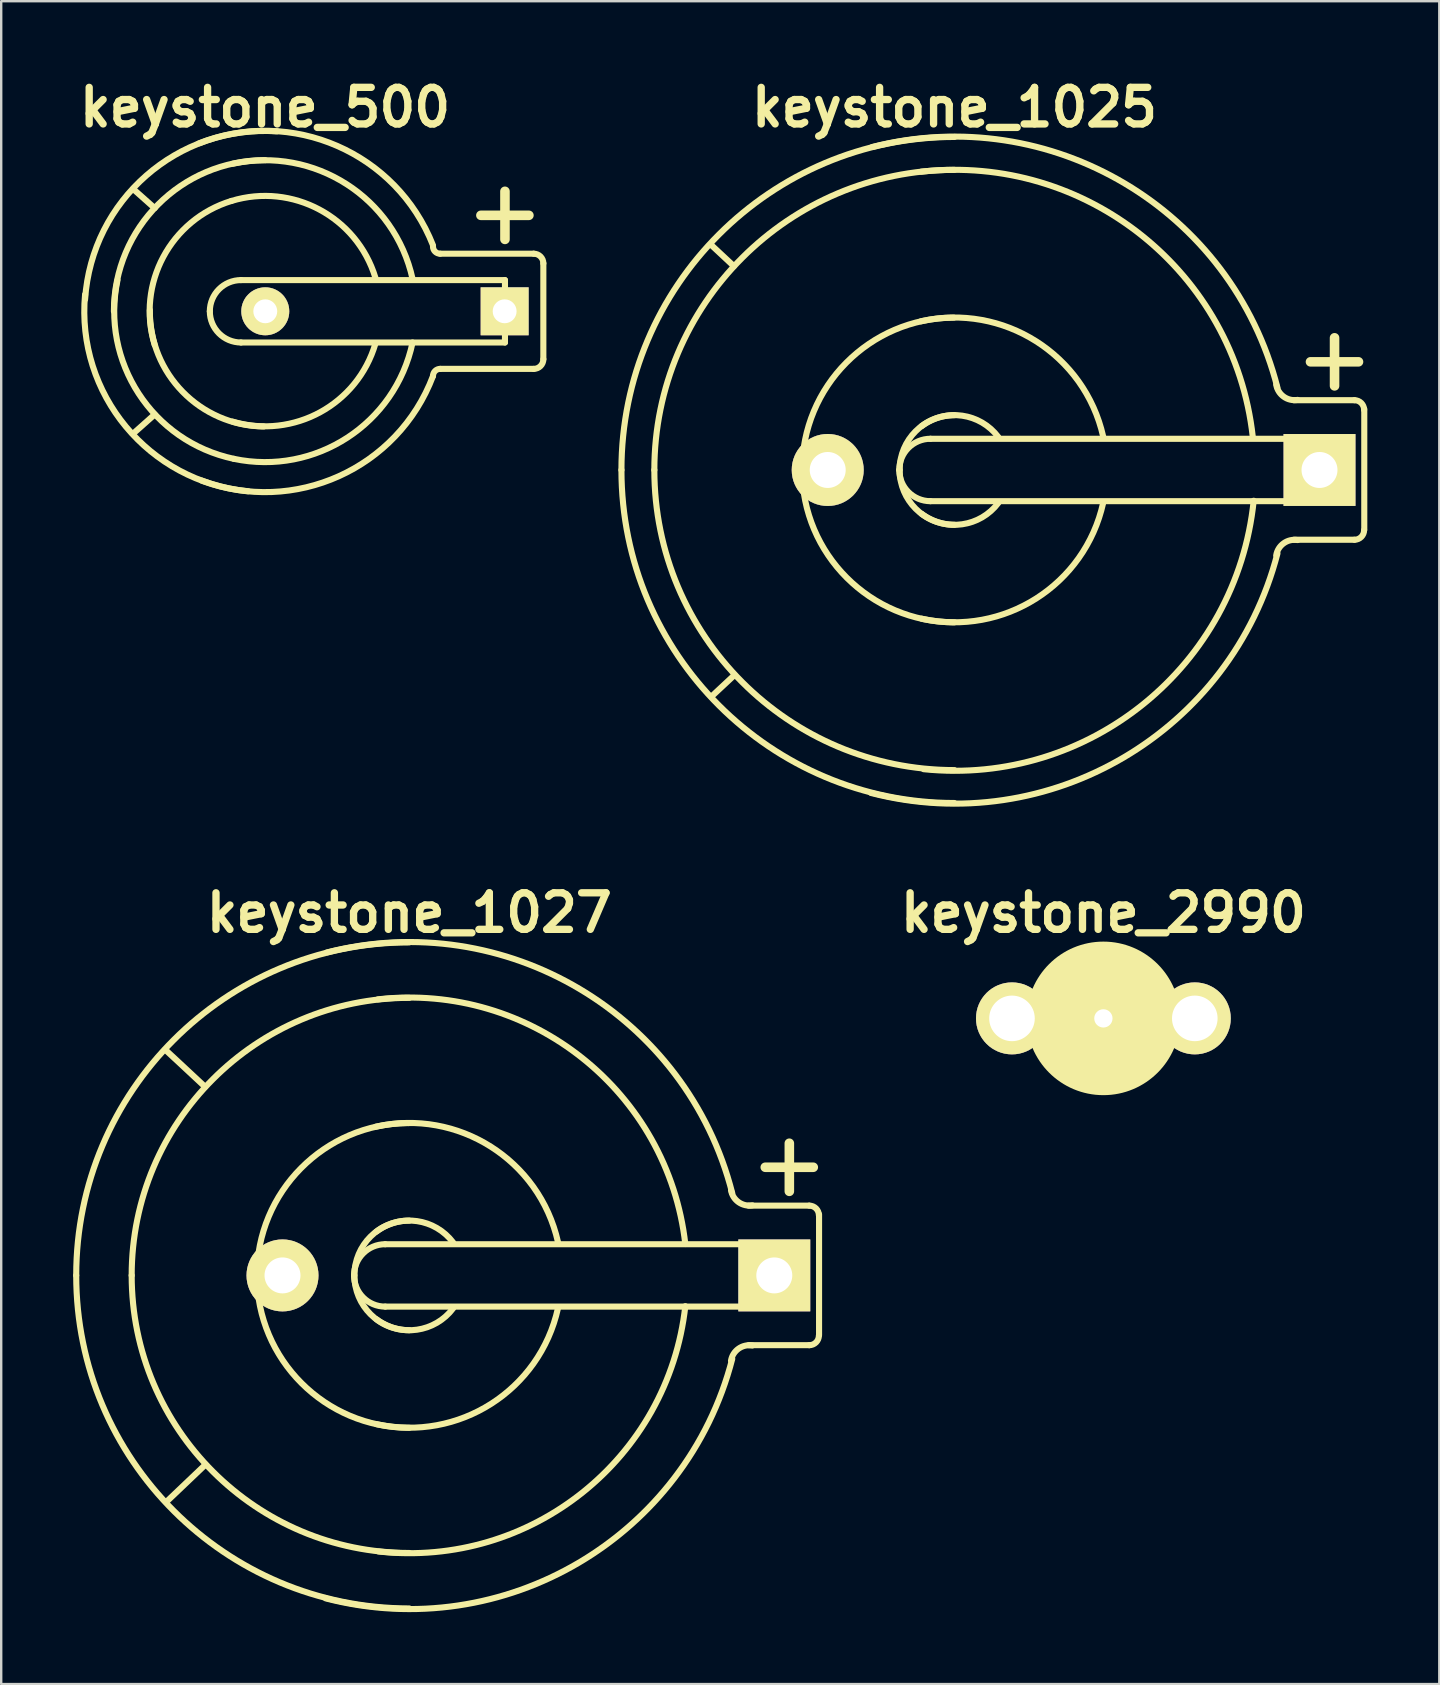
<source format=kicad_pcb>
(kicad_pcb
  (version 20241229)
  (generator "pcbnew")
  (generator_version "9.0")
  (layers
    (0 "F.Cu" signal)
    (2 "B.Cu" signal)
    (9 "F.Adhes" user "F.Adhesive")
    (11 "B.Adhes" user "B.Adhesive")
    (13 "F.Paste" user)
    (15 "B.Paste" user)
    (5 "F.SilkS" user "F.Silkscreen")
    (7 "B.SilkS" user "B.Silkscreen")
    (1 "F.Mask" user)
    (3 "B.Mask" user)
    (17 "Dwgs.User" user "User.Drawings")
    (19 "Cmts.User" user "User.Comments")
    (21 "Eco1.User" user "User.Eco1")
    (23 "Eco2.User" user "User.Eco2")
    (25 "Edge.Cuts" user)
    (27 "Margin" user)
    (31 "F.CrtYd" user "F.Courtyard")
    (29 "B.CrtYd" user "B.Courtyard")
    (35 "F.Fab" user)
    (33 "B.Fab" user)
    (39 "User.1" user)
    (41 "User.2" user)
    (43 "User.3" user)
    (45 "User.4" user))
  (footprint "keystone_2990"
    (layer "F.Cu")
    (at 42.94 39.397)
    (property "Reference" "keystone_2990" (at 0 -4.4 0) (layer "F.SilkS") (effects (font (size 1.524 1.524) (thickness 0.305))))
    (attr through_hole)
    (fp_line (start -4.7 -0.8) (end -4.7 0.8) (stroke (width 0.381) (type solid)) (layer "F.SilkS"))
    (fp_line (start -4.7 -0.8) (end -3 -0.8) (stroke (width 0.381) (type solid)) (layer "F.SilkS"))
    (fp_line (start -4.7 0.8) (end -3 0.8) (stroke (width 0.381) (type solid)) (layer "F.SilkS"))
    (fp_line (start 4.7 -0.8) (end 3 -0.8) (stroke (width 0.381) (type solid)) (layer "F.SilkS"))
    (fp_line (start 4.7 -0.8) (end 4.7 0.8) (stroke (width 0.381) (type solid)) (layer "F.SilkS"))
    (fp_line (start 4.7 0.8) (end 3 0.8) (stroke (width 0.381) (type solid)) (layer "F.SilkS"))
    (pad "" np_thru_hole circle (at 0 0) (size 6.4 6.4) (drill 0.762) (layers "F.SilkS"))
    (pad "1" thru_hole circle (at -3.81 0) (size 3 3) (drill 1.9) (layers "*.Cu" "*.Mask" "F.SilkS"))
    (pad "1" thru_hole circle (at 3.81 0) (size 3 3) (drill 1.9) (layers "*.Cu" "*.Mask" "F.SilkS")))
  (footprint "keystone_1025"
    (layer "F.Cu")
    (at 36.733 16.539)
    (property "Reference" "keystone_1025" (at 0 -15.113 0) (layer "F.SilkS") (effects (font (size 1.524 1.524) (thickness 0.305))))
    (attr through_hole)
    (fp_line (start -9.195 -8.496) (end -10.16 -9.398) (stroke (width 0.254) (type solid)) (layer "F.SilkS"))
    (fp_line (start -9.169 8.547) (end -10.135 9.449) (stroke (width 0.254) (type solid)) (layer "F.SilkS"))
    (fp_line (start -1.001 -1.3) (end 15.199 -1.3) (stroke (width 0.254) (type solid)) (layer "F.SilkS"))
    (fp_line (start 14.839 -4.508) (end 16.84 -4.508) (stroke (width 0.399) (type solid)) (layer "F.SilkS"))
    (fp_line (start 15.199 1.3) (end -1.001 1.3) (stroke (width 0.254) (type solid)) (layer "F.SilkS"))
    (fp_line (start 15.207 -1.3) (end 15.207 1.3) (stroke (width 0.254) (type solid)) (layer "F.SilkS"))
    (fp_line (start 15.842 -3.505) (end 15.842 -5.509) (stroke (width 0.399) (type solid)) (layer "F.SilkS"))
    (fp_line (start 16.675 -2.908) (end 14.148 -2.908) (stroke (width 0.254) (type solid)) (layer "F.SilkS"))
    (fp_line (start 16.675 2.908) (end 14.148 2.908) (stroke (width 0.254) (type solid)) (layer "F.SilkS"))
    (fp_line (start 17.081 -2.54) (end 17.081 2.489) (stroke (width 0.254) (type solid)) (layer "F.SilkS"))
    (fp_arc (start -13.8811 0) (mid -9.81542 -9.81542) (end 0 -13.8811) (stroke (width 0.254) (type solid)) (layer "F.SilkS"))
    (fp_arc (start -12.5095 0) (mid -8.845552 -8.845552) (end 0 -12.5095) (stroke (width 0.254) (type solid)) (layer "F.SilkS"))
    (fp_arc (start -6.35 0.0254) (mid -4.508089 -4.472168) (end -0.0254 -6.35) (stroke (width 0.254) (type solid)) (layer "F.SilkS"))
    (fp_arc (start -3.429 -13.462) (mid 7.094402 -11.943741) (end 13.462 -3.429) (stroke (width 0.254) (type solid)) (layer "F.SilkS"))
    (fp_arc (start -2.30124 0) (mid -1.920338 -0.919578) (end -1.00076 -1.30048) (stroke (width 0.254) (type solid)) (layer "F.SilkS"))
    (fp_arc (start -2.286 0) (mid -1.616446 -1.616446) (end 0 -2.286) (stroke (width 0.254) (type solid)) (layer "F.SilkS"))
    (fp_arc (start -1.397 -6.1976) (mid 3.394537 -5.370193) (end 6.1976 -1.397) (stroke (width 0.254) (type solid)) (layer "F.SilkS"))
    (fp_arc (start -1.3843 -12.4333) (mid 7.812823 -9.770519) (end 12.4333 -1.3843) (stroke (width 0.254) (type solid)) (layer "F.SilkS"))
    (fp_arc (start -1.3716 -1.8288) (mid 0.323289 -2.263025) (end 1.8288 -1.3716) (stroke (width 0.254) (type solid)) (layer "F.SilkS"))
    (fp_arc (start -1.00076 1.30048) (mid -1.920338 0.919578) (end -2.30124 0) (stroke (width 0.254) (type solid)) (layer "F.SilkS"))
    (fp_arc (start 0 2.286) (mid -1.616446 1.616446) (end -2.286 0) (stroke (width 0.254) (type solid)) (layer "F.SilkS"))
    (fp_arc (start 0 6.35) (mid -4.490128 4.490128) (end -6.35 0) (stroke (width 0.254) (type solid)) (layer "F.SilkS"))
    (fp_arc (start 0 12.5095) (mid -8.845552 8.845552) (end -12.5095 0) (stroke (width 0.254) (type solid)) (layer "F.SilkS"))
    (fp_arc (start 0 13.8811) (mid -9.81542 9.81542) (end -13.8811 0) (stroke (width 0.254) (type solid)) (layer "F.SilkS"))
    (fp_arc (start 1.8288 1.3716) (mid 0.323289 2.263025) (end -1.3716 1.8288) (stroke (width 0.254) (type solid)) (layer "F.SilkS"))
    (fp_arc (start 6.1976 1.3716) (mid 3.412497 5.352233) (end -1.3716 6.1976) (stroke (width 0.254) (type solid)) (layer "F.SilkS"))
    (fp_arc (start 12.4714 1.2827) (mid 7.911606 9.725617) (end -1.2827 12.4714) (stroke (width 0.254) (type solid)) (layer "F.SilkS"))
    (fp_arc (start 13.4112 3.556) (mid 13.724187 3.054382) (end 14.3002 2.921) (stroke (width 0.254) (type solid)) (layer "F.SilkS"))
    (fp_arc (start 13.462 3.4798) (mid 7.058481 11.979662) (end -3.4798 13.462) (stroke (width 0.254) (type solid)) (layer "F.SilkS"))
    (fp_arc (start 14.3002 -2.921) (mid 13.724187 -3.054382) (end 13.4112 -3.556) (stroke (width 0.254) (type solid)) (layer "F.SilkS"))
    (fp_arc (start 16.67256 -2.9083) (mid 16.956336 -2.790756) (end 17.07388 -2.50698) (stroke (width 0.254) (type solid)) (layer "F.SilkS"))
    (fp_arc (start 17.07388 2.50698) (mid 16.956336 2.790756) (end 16.67256 2.9083) (stroke (width 0.254) (type solid)) (layer "F.SilkS"))
    (pad "1" thru_hole rect (at 15.215 0) (size 2.997 2.997) (drill 1.499) (layers "*.Cu" "*.Mask" "F.SilkS"))
    (pad "2" thru_hole circle (at -5.283 0) (size 3 3) (drill 1.499) (layers "*.Cu" "*.Mask" "F.SilkS")))
  (footprint "keystone_500"
    (layer "F.Cu")
    (at 7.997 9.925)
    (property "Reference" "keystone_500" (at 0 -8.499 0) (layer "F.SilkS") (effects (font (size 1.524 1.524) (thickness 0.305))))
    (attr through_hole)
    (fp_line (start -5.499 -5.1) (end -4.6 -4.3) (stroke (width 0.254) (type solid)) (layer "F.SilkS"))
    (fp_line (start -5.499 5.1) (end -4.6 4.3) (stroke (width 0.254) (type solid)) (layer "F.SilkS"))
    (fp_line (start -1.001 -1.3) (end 10 -1.3) (stroke (width 0.254) (type solid)) (layer "F.SilkS"))
    (fp_line (start 8.997 -4) (end 10.998 -4) (stroke (width 0.399) (type solid)) (layer "F.SilkS"))
    (fp_line (start 10 -2.997) (end 10 -5.001) (stroke (width 0.399) (type solid)) (layer "F.SilkS"))
    (fp_line (start 10 -1.3) (end 10 1.3) (stroke (width 0.254) (type solid)) (layer "F.SilkS"))
    (fp_line (start 10 1.3) (end -1.001 1.3) (stroke (width 0.254) (type solid)) (layer "F.SilkS"))
    (fp_line (start 11.199 -2.4) (end 7.3 -2.4) (stroke (width 0.254) (type solid)) (layer "F.SilkS"))
    (fp_line (start 11.199 2.4) (end 7.3 2.4) (stroke (width 0.254) (type solid)) (layer "F.SilkS"))
    (fp_line (start 11.6 1.999) (end 11.6 -1.999) (stroke (width 0.254) (type solid)) (layer "F.SilkS"))
    (fp_arc (start -7.50062 -0.50038) (mid -4.949917 -5.657561) (end 0.50038 -7.50062) (stroke (width 0.254) (type solid)) (layer "F.SilkS"))
    (fp_arc (start -6.2992 0) (mid -4.454207 -4.454207) (end 0 -6.2992) (stroke (width 0.254) (type solid)) (layer "F.SilkS"))
    (fp_arc (start -4.59994 1.39954) (mid -4.242273 -2.263025) (end -1.39954 -4.59994) (stroke (width 0.254) (type solid)) (layer "F.SilkS"))
    (fp_arc (start -2.75082 -7.00024) (mid 3.004794 -6.895041) (end 7.00024 -2.75082) (stroke (width 0.254) (type solid)) (layer "F.SilkS"))
    (fp_arc (start -2.30124 0) (mid -1.920338 -0.919578) (end -1.00076 -1.30048) (stroke (width 0.254) (type solid)) (layer "F.SilkS"))
    (fp_arc (start -1.39954 -4.59994) (mid 2.263025 -4.242273) (end 4.59994 -1.39954) (stroke (width 0.254) (type solid)) (layer "F.SilkS"))
    (fp_arc (start -1.34874 -6.14934) (mid 3.394537 -5.301943) (end 6.14934 -1.34874) (stroke (width 0.254) (type solid)) (layer "F.SilkS"))
    (fp_arc (start -1.30048 6.14934) (mid -5.267818 3.428662) (end -6.14934 -1.30048) (stroke (width 0.254) (type solid)) (layer "F.SilkS"))
    (fp_arc (start -1.00076 1.30048) (mid -1.920338 0.919578) (end -2.30124 0) (stroke (width 0.254) (type solid)) (layer "F.SilkS"))
    (fp_arc (start -0.70104 7.50062) (mid -5.799449 4.808029) (end -7.50062 -0.70104) (stroke (width 0.254) (type solid)) (layer "F.SilkS"))
    (fp_arc (start -0.0508 4.8006) (mid -3.430458 3.358616) (end -4.8006 -0.0508) (stroke (width 0.254) (type solid)) (layer "F.SilkS"))
    (fp_arc (start 4.59994 1.34874) (mid 2.298946 4.206352) (end -1.34874 4.59994) (stroke (width 0.254) (type solid)) (layer "F.SilkS"))
    (fp_arc (start 6.14934 1.30048) (mid 3.428662 5.267818) (end -1.30048 6.14934) (stroke (width 0.254) (type solid)) (layer "F.SilkS"))
    (fp_arc (start 7.00024 2.70002) (mid 3.076636 6.873999) (end -2.64922 7.05104) (stroke (width 0.254) (type solid)) (layer "F.SilkS"))
    (fp_arc (start 7.00024 2.70002) (mid 7.088026 2.488086) (end 7.29996 2.4003) (stroke (width 0.254) (type solid)) (layer "F.SilkS"))
    (fp_arc (start 7.29996 -2.4003) (mid 7.088026 -2.488086) (end 7.00024 -2.70002) (stroke (width 0.254) (type solid)) (layer "F.SilkS"))
    (fp_arc (start 11.19886 -2.4003) (mid 11.482636 -2.282756) (end 11.60018 -1.99898) (stroke (width 0.254) (type solid)) (layer "F.SilkS"))
    (fp_arc (start 11.60018 1.99898) (mid 11.482636 2.282756) (end 11.19886 2.4003) (stroke (width 0.254) (type solid)) (layer "F.SilkS"))
    (pad "1" thru_hole rect (at 9.987 0) (size 1.999 1.999) (drill 0.996) (layers "*.Cu" "*.Mask" "F.SilkS"))
    (pad "2" thru_hole circle (at 0.01 0) (size 1.999 1.999) (drill 0.996) (layers "*.Cu" "*.Mask" "F.SilkS")))
  (footprint "keystone_1027"
    (layer "F.Cu")
    (at 14.008 50.11)
    (property "Reference" "keystone_1027" (at 0 -15.113 0) (layer "F.SilkS") (effects (font (size 1.524 1.524) (thickness 0.305))))
    (attr through_hole)
    (fp_line (start -8.509 -7.861) (end -10.173 -9.411) (stroke (width 0.254) (type solid)) (layer "F.SilkS"))
    (fp_line (start -8.496 7.887) (end -10.135 9.449) (stroke (width 0.254) (type solid)) (layer "F.SilkS"))
    (fp_line (start -1.001 -1.3) (end 15.199 -1.3) (stroke (width 0.254) (type solid)) (layer "F.SilkS"))
    (fp_line (start 14.839 -4.508) (end 16.84 -4.508) (stroke (width 0.399) (type solid)) (layer "F.SilkS"))
    (fp_line (start 15.199 1.3) (end -1.001 1.3) (stroke (width 0.254) (type solid)) (layer "F.SilkS"))
    (fp_line (start 15.207 -1.3) (end 15.207 1.3) (stroke (width 0.254) (type solid)) (layer "F.SilkS"))
    (fp_line (start 15.842 -3.505) (end 15.842 -5.509) (stroke (width 0.399) (type solid)) (layer "F.SilkS"))
    (fp_line (start 16.675 -2.908) (end 14.148 -2.908) (stroke (width 0.254) (type solid)) (layer "F.SilkS"))
    (fp_line (start 16.675 2.908) (end 14.148 2.908) (stroke (width 0.254) (type solid)) (layer "F.SilkS"))
    (fp_line (start 17.081 -2.54) (end 17.081 2.489) (stroke (width 0.254) (type solid)) (layer "F.SilkS"))
    (fp_arc (start -13.8811 0) (mid -9.81542 -9.81542) (end 0 -13.8811) (stroke (width 0.254) (type solid)) (layer "F.SilkS"))
    (fp_arc (start -11.5697 0) (mid -8.181013 -8.181013) (end 0 -11.5697) (stroke (width 0.254) (type solid)) (layer "F.SilkS"))
    (fp_arc (start -6.35 0.0254) (mid -4.508089 -4.472168) (end -0.0254 -6.35) (stroke (width 0.254) (type solid)) (layer "F.SilkS"))
    (fp_arc (start -3.429 -13.462) (mid 7.094402 -11.943741) (end 13.462 -3.429) (stroke (width 0.254) (type solid)) (layer "F.SilkS"))
    (fp_arc (start -2.30124 0) (mid -1.920338 -0.919578) (end -1.00076 -1.30048) (stroke (width 0.254) (type solid)) (layer "F.SilkS"))
    (fp_arc (start -2.286 0) (mid -1.616446 -1.616446) (end 0 -2.286) (stroke (width 0.254) (type solid)) (layer "F.SilkS"))
    (fp_arc (start -1.397 -6.1976) (mid 3.394537 -5.370193) (end 6.1976 -1.397) (stroke (width 0.254) (type solid)) (layer "F.SilkS"))
    (fp_arc (start -1.3716 -1.8288) (mid 0.323289 -2.263025) (end 1.8288 -1.3716) (stroke (width 0.254) (type solid)) (layer "F.SilkS"))
    (fp_arc (start -1.3081 -11.5062) (mid 7.211146 -9.061078) (end 11.5062 -1.3081) (stroke (width 0.254) (type solid)) (layer "F.SilkS"))
    (fp_arc (start -1.00076 1.30048) (mid -1.920338 0.919578) (end -2.30124 0) (stroke (width 0.254) (type solid)) (layer "F.SilkS"))
    (fp_arc (start 0 2.286) (mid -1.616446 1.616446) (end -2.286 0) (stroke (width 0.254) (type solid)) (layer "F.SilkS"))
    (fp_arc (start 0 6.35) (mid -4.490128 4.490128) (end -6.35 0) (stroke (width 0.254) (type solid)) (layer "F.SilkS"))
    (fp_arc (start 0 11.5697) (mid -8.181013 8.181013) (end -11.5697 0) (stroke (width 0.254) (type solid)) (layer "F.SilkS"))
    (fp_arc (start 0 13.8811) (mid -9.81542 9.81542) (end -13.8811 0) (stroke (width 0.254) (type solid)) (layer "F.SilkS"))
    (fp_arc (start 1.8288 1.3716) (mid 0.323289 2.263025) (end -1.3716 1.8288) (stroke (width 0.254) (type solid)) (layer "F.SilkS"))
    (fp_arc (start 6.1976 1.3716) (mid 3.412497 5.352233) (end -1.3716 6.1976) (stroke (width 0.254) (type solid)) (layer "F.SilkS"))
    (fp_arc (start 11.5062 1.2827) (mid 7.229106 9.043118) (end -1.2827 11.5062) (stroke (width 0.254) (type solid)) (layer "F.SilkS"))
    (fp_arc (start 13.4112 3.556) (mid 13.724187 3.054382) (end 14.3002 2.921) (stroke (width 0.254) (type solid)) (layer "F.SilkS"))
    (fp_arc (start 13.462 3.4798) (mid 7.058481 11.979662) (end -3.4798 13.462) (stroke (width 0.254) (type solid)) (layer "F.SilkS"))
    (fp_arc (start 14.3002 -2.921) (mid 13.724187 -3.054382) (end 13.4112 -3.556) (stroke (width 0.254) (type solid)) (layer "F.SilkS"))
    (fp_arc (start 16.67256 -2.9083) (mid 16.956336 -2.790756) (end 17.07388 -2.50698) (stroke (width 0.254) (type solid)) (layer "F.SilkS"))
    (fp_arc (start 17.07388 2.50698) (mid 16.956336 2.790756) (end 16.67256 2.9083) (stroke (width 0.254) (type solid)) (layer "F.SilkS"))
    (pad "1" thru_hole rect (at 15.215 0) (size 2.997 2.997) (drill 1.499) (layers "*.Cu" "*.Mask" "F.SilkS"))
    (pad "2" thru_hole circle (at -5.283 0) (size 3 3) (drill 1.499) (layers "*.Cu" "*.Mask" "F.SilkS")))
  (gr_rect
    (start -3 -3)
    (end 56.941 67.142)
    (stroke (width 0.1) (type default))
    (fill no)
    (layer "Edge.Cuts")))
</source>
